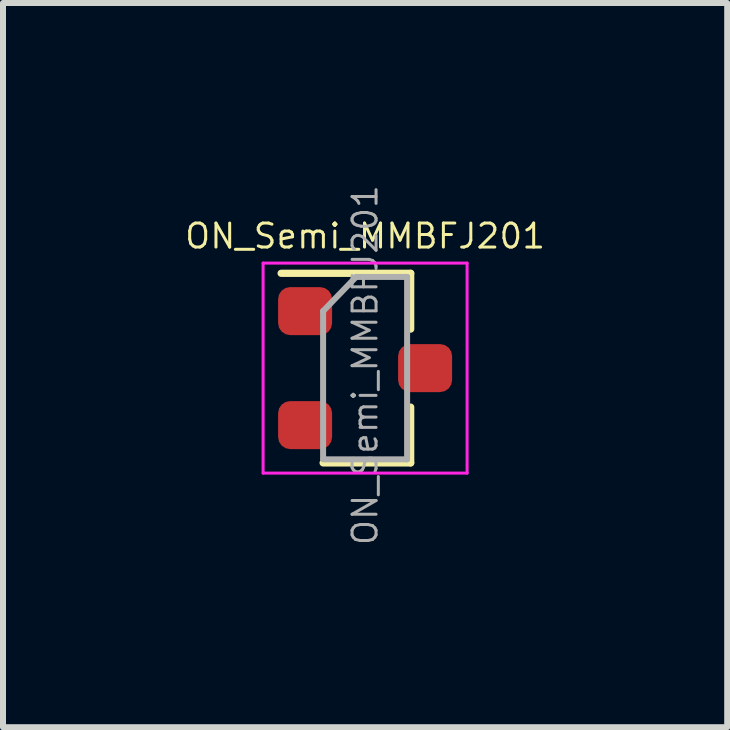
<source format=kicad_pcb>
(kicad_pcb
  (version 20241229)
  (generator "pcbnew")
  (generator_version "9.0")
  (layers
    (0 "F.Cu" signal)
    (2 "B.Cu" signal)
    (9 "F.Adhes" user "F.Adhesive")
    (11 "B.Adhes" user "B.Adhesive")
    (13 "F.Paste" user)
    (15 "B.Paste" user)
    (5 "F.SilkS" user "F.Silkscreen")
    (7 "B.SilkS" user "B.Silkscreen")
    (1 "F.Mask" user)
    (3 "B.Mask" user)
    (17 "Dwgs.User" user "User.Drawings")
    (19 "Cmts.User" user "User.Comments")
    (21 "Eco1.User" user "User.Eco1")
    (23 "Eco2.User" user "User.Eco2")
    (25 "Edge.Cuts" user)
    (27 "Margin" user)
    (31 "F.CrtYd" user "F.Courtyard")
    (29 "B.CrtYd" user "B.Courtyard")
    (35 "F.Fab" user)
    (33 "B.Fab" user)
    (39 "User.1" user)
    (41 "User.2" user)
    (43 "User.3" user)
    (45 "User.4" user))
  (footprint "ON_Semi_MMBFJ201"
    (layer "F.Cu")
    (at 3.035 3.085)
    (property "Reference" "ON_Semi_MMBFJ201" (at 0 -2.2 0) (layer "F.SilkS") (effects (font (size 0.4 0.4) (thickness 0.05))))
    (attr smd)
    (fp_line (start 0.76 -1.58) (end -1.4 -1.58) (stroke (width 0.12) (type solid)) (layer "F.SilkS"))
    (fp_line (start 0.76 -1.58) (end 0.76 -0.65) (stroke (width 0.12) (type solid)) (layer "F.SilkS"))
    (fp_line (start 0.76 1.58) (end -0.7 1.58) (stroke (width 0.12) (type solid)) (layer "F.SilkS"))
    (fp_line (start 0.76 1.58) (end 0.76 0.65) (stroke (width 0.12) (type solid)) (layer "F.SilkS"))
    (fp_line (start -1.7 -1.75) (end 1.7 -1.75) (stroke (width 0.05) (type solid)) (layer "F.CrtYd"))
    (fp_line (start -1.7 1.75) (end -1.7 -1.75) (stroke (width 0.05) (type solid)) (layer "F.CrtYd"))
    (fp_line (start 1.7 -1.75) (end 1.7 1.75) (stroke (width 0.05) (type solid)) (layer "F.CrtYd"))
    (fp_line (start 1.7 1.75) (end -1.7 1.75) (stroke (width 0.05) (type solid)) (layer "F.CrtYd"))
    (fp_line (start -0.7 -0.95) (end -0.7 1.5) (stroke (width 0.1) (type solid)) (layer "F.Fab"))
    (fp_line (start -0.7 -0.95) (end -0.15 -1.52) (stroke (width 0.1) (type solid)) (layer "F.Fab"))
    (fp_line (start -0.7 1.52) (end 0.7 1.52) (stroke (width 0.1) (type solid)) (layer "F.Fab"))
    (fp_line (start -0.15 -1.52) (end 0.7 -1.52) (stroke (width 0.1) (type solid)) (layer "F.Fab"))
    (fp_line (start 0.7 -1.52) (end 0.7 1.52) (stroke (width 0.1) (type solid)) (layer "F.Fab"))
    (fp_text user "${REFERENCE}" (at 0 -0.05 90) (layer "F.Fab") (effects (font (size 0.4 0.4) (thickness 0.05))))
    (pad "1" smd roundrect (at -1 -0.95) (size 0.9 0.8) (layers "F.Cu" "F.Mask" "F.Paste") (roundrect_rratio 0.25))
    (pad "2" smd roundrect (at -1 0.95) (size 0.9 0.8) (layers "F.Cu" "F.Mask" "F.Paste") (roundrect_rratio 0.25))
    (pad "3" smd roundrect (at 1 0) (size 0.9 0.8) (layers "F.Cu" "F.Mask" "F.Paste") (roundrect_rratio 0.25)))
  (gr_rect
    (start -3 -3)
    (end 9.07 9.07)
    (stroke (width 0.1) (type default))
    (fill no)
    (layer "Edge.Cuts")))
</source>
